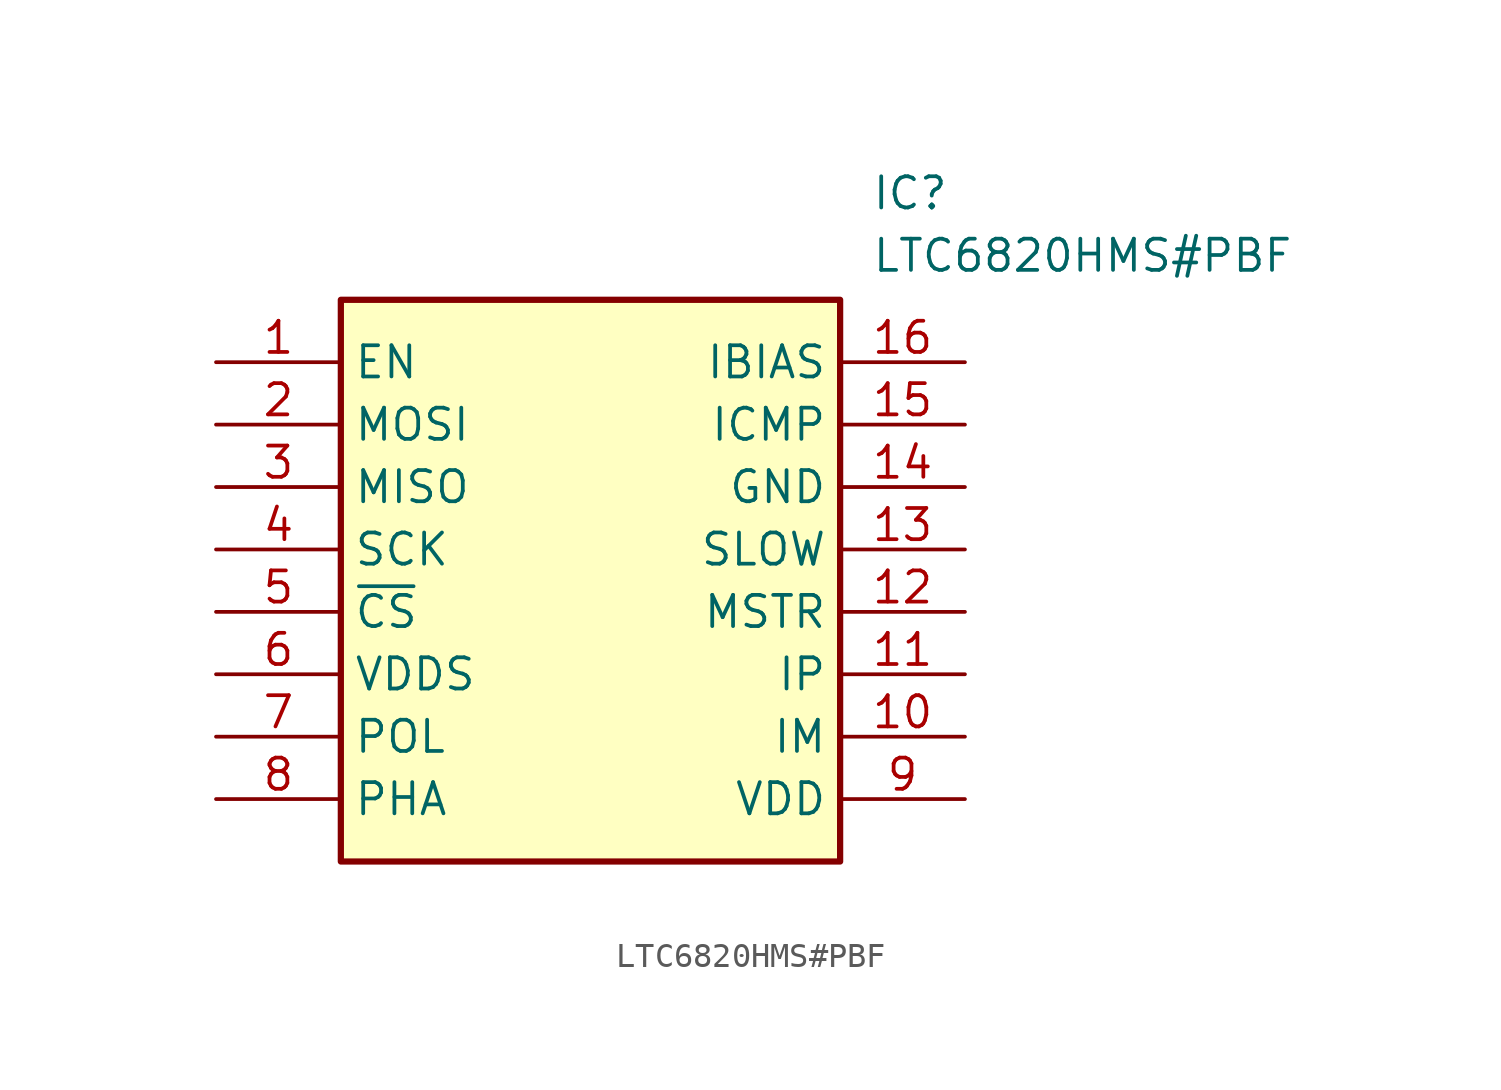
<source format=kicad_sym>
(kicad_symbol_lib
  (version 20211014)
  (generator SamacSys_ECAD_Model)
  (symbol "LTC6820HMS#PBF"
    (property "Reference" "IC"
      (at 26.67 7.62 0)
      (effects (font (size 1.27 1.27)) (justify left top)))
    (property "Value" "LTC6820HMS#PBF"
      (at 26.67 5.08 0)
      (effects (font (size 1.27 1.27)) (justify left top)))
    (rectangle
      (start 5.08 2.54)
      (end 25.4 -20.32)
      (stroke (width 0.254) (type default))
      (fill (type background)))
    (pin passive line
      (at 0 0 0)
      (length 5.08)
      (name "EN" (effects (font (size 1.27 1.27))))
      (number "1" (effects (font (size 1.27 1.27)))))
    (pin passive line
      (at 0 -2.54 0)
      (length 5.08)
      (name "MOSI" (effects (font (size 1.27 1.27))))
      (number "2" (effects (font (size 1.27 1.27)))))
    (pin passive line
      (at 0 -5.08 0)
      (length 5.08)
      (name "MISO" (effects (font (size 1.27 1.27))))
      (number "3" (effects (font (size 1.27 1.27)))))
    (pin passive line
      (at 0 -7.62 0)
      (length 5.08)
      (name "SCK" (effects (font (size 1.27 1.27))))
      (number "4" (effects (font (size 1.27 1.27)))))
    (pin passive line
      (at 0 -10.16 0)
      (length 5.08)
      (name "~{CS}" (effects (font (size 1.27 1.27))))
      (number "5" (effects (font (size 1.27 1.27)))))
    (pin passive line
      (at 0 -12.7 0)
      (length 5.08)
      (name "VDDS" (effects (font (size 1.27 1.27))))
      (number "6" (effects (font (size 1.27 1.27)))))
    (pin passive line
      (at 0 -15.24 0)
      (length 5.08)
      (name "POL" (effects (font (size 1.27 1.27))))
      (number "7" (effects (font (size 1.27 1.27)))))
    (pin passive line
      (at 0 -17.78 0)
      (length 5.08)
      (name "PHA" (effects (font (size 1.27 1.27))))
      (number "8" (effects (font (size 1.27 1.27)))))
    (pin passive line
      (at 30.48 0 180)
      (length 5.08)
      (name "IBIAS" (effects (font (size 1.27 1.27))))
      (number "16" (effects (font (size 1.27 1.27)))))
    (pin passive line
      (at 30.48 -2.54 180)
      (length 5.08)
      (name "ICMP" (effects (font (size 1.27 1.27))))
      (number "15" (effects (font (size 1.27 1.27)))))
    (pin passive line
      (at 30.48 -5.08 180)
      (length 5.08)
      (name "GND" (effects (font (size 1.27 1.27))))
      (number "14" (effects (font (size 1.27 1.27)))))
    (pin passive line
      (at 30.48 -7.62 180)
      (length 5.08)
      (name "SLOW" (effects (font (size 1.27 1.27))))
      (number "13" (effects (font (size 1.27 1.27)))))
    (pin passive line
      (at 30.48 -10.16 180)
      (length 5.08)
      (name "MSTR" (effects (font (size 1.27 1.27))))
      (number "12" (effects (font (size 1.27 1.27)))))
    (pin passive line
      (at 30.48 -12.7 180)
      (length 5.08)
      (name "IP" (effects (font (size 1.27 1.27))))
      (number "11" (effects (font (size 1.27 1.27)))))
    (pin passive line
      (at 30.48 -15.24 180)
      (length 5.08)
      (name "IM" (effects (font (size 1.27 1.27))))
      (number "10" (effects (font (size 1.27 1.27)))))
    (pin passive line
      (at 30.48 -17.78 180)
      (length 5.08)
      (name "VDD" (effects (font (size 1.27 1.27))))
      (number "9" (effects (font (size 1.27 1.27)))))))
</source>
